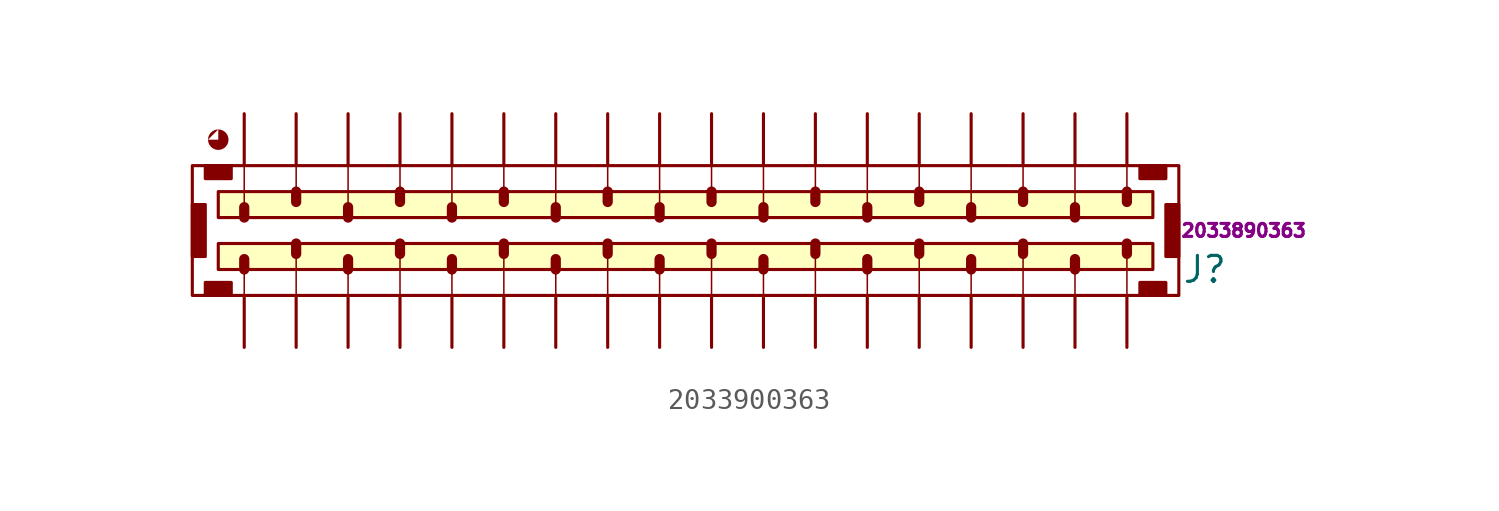
<source format=kicad_sym>
(kicad_symbol_lib
  (version 20220914)
  (generator kicad_symbol_editor)
  (symbol "2033900363"
    (pin_numbers hide)
    (pin_names hide)
    (property "Reference" "J"
      (at 46.99 -7.62 0)
      (effects (font (size 1.27 1.27))))
    (property "Mfr PN" "2033890363"
      (at 48.895 -5.715 0)
      (effects (font (size 0.635 0.635))))
    (symbol "2033900363_1_1"
      (rectangle (start -1.905 -8.255) (end -0.635 -8.89) (stroke (width 0) (type default)) (fill (type outline)))
      (rectangle (start -1.905 -4.445) (end -2.54 -6.985) (stroke (width 0) (type default)) (fill (type outline)))
      (rectangle (start -1.905 -2.54) (end -0.635 -3.175) (stroke (width 0) (type default)) (fill (type outline)))
      (rectangle (start -1.27 -5.08) (end 44.45 -3.81) (stroke (width 0) (type default)) (fill (type background)))
      (circle (center -1.27 -1.27) (radius 0.0001) (stroke (width 1) (type default)) (fill (type outline)))
      (polyline (pts (xy 0 -8.89) (xy 0 -7.62)) (stroke (width 0.075) (type default)) (fill (type none)))
      (polyline (pts (xy 0 -7.62) (xy 0 -7.112)) (stroke (width 0.5) (type default)) (fill (type none)))
      (polyline (pts (xy 0 -5.08) (xy 0 -4.572)) (stroke (width 0.5) (type default)) (fill (type none)))
      (polyline (pts (xy 0 -2.54) (xy 0 -4.445)) (stroke (width 0.075) (type default)) (fill (type none)))
      (polyline (pts (xy 2.54 -8.89) (xy 2.54 -6.985)) (stroke (width 0.075) (type default)) (fill (type none)))
      (polyline (pts (xy 2.54 -6.35) (xy 2.54 -6.858)) (stroke (width 0.5) (type default)) (fill (type none)))
      (polyline (pts (xy 2.54 -3.81) (xy 2.54 -4.318)) (stroke (width 0.5) (type default)) (fill (type none)))
      (polyline (pts (xy 2.54 -2.54) (xy 2.54 -3.81)) (stroke (width 0.075) (type default)) (fill (type none)))
      (polyline (pts (xy 5.08 -8.89) (xy 5.08 -7.62)) (stroke (width 0.075) (type default)) (fill (type none)))
      (polyline (pts (xy 5.08 -7.62) (xy 5.08 -7.112)) (stroke (width 0.5) (type default)) (fill (type none)))
      (polyline (pts (xy 5.08 -5.08) (xy 5.08 -4.572)) (stroke (width 0.5) (type default)) (fill (type none)))
      (polyline (pts (xy 5.08 -2.54) (xy 5.08 -4.445)) (stroke (width 0.075) (type default)) (fill (type none)))
      (polyline (pts (xy 7.62 -8.89) (xy 7.62 -6.985)) (stroke (width 0.075) (type default)) (fill (type none)))
      (polyline (pts (xy 7.62 -6.35) (xy 7.62 -6.858)) (stroke (width 0.5) (type default)) (fill (type none)))
      (polyline (pts (xy 7.62 -3.81) (xy 7.62 -4.318)) (stroke (width 0.5) (type default)) (fill (type none)))
      (polyline (pts (xy 7.62 -2.54) (xy 7.62 -3.81)) (stroke (width 0.075) (type default)) (fill (type none)))
      (polyline (pts (xy 10.16 -8.89) (xy 10.16 -7.62)) (stroke (width 0.075) (type default)) (fill (type none)))
      (polyline (pts (xy 10.16 -7.62) (xy 10.16 -7.112)) (stroke (width 0.5) (type default)) (fill (type none)))
      (polyline (pts (xy 10.16 -5.08) (xy 10.16 -4.572)) (stroke (width 0.5) (type default)) (fill (type none)))
      (polyline (pts (xy 10.16 -2.54) (xy 10.16 -4.445)) (stroke (width 0.075) (type default)) (fill (type none)))
      (polyline (pts (xy 12.7 -8.89) (xy 12.7 -6.985)) (stroke (width 0.075) (type default)) (fill (type none)))
      (polyline (pts (xy 12.7 -6.35) (xy 12.7 -6.858)) (stroke (width 0.5) (type default)) (fill (type none)))
      (polyline (pts (xy 12.7 -3.81) (xy 12.7 -4.318)) (stroke (width 0.5) (type default)) (fill (type none)))
      (polyline (pts (xy 12.7 -2.54) (xy 12.7 -3.81)) (stroke (width 0.075) (type default)) (fill (type none)))
      (polyline (pts (xy 15.24 -8.89) (xy 15.24 -7.62)) (stroke (width 0.075) (type default)) (fill (type none)))
      (polyline (pts (xy 15.24 -7.62) (xy 15.24 -7.112)) (stroke (width 0.5) (type default)) (fill (type none)))
      (polyline (pts (xy 15.24 -5.08) (xy 15.24 -4.572)) (stroke (width 0.5) (type default)) (fill (type none)))
      (polyline (pts (xy 15.24 -2.54) (xy 15.24 -4.445)) (stroke (width 0.075) (type default)) (fill (type none)))
      (polyline (pts (xy 17.78 -8.89) (xy 17.78 -6.985)) (stroke (width 0.075) (type default)) (fill (type none)))
      (polyline (pts (xy 17.78 -6.35) (xy 17.78 -6.858)) (stroke (width 0.5) (type default)) (fill (type none)))
      (polyline (pts (xy 17.78 -3.81) (xy 17.78 -4.318)) (stroke (width 0.5) (type default)) (fill (type none)))
      (polyline (pts (xy 17.78 -2.54) (xy 17.78 -3.81)) (stroke (width 0.075) (type default)) (fill (type none)))
      (polyline (pts (xy 20.32 -8.89) (xy 20.32 -7.62)) (stroke (width 0.075) (type default)) (fill (type none)))
      (polyline (pts (xy 20.32 -7.62) (xy 20.32 -7.112)) (stroke (width 0.5) (type default)) (fill (type none)))
      (polyline (pts (xy 20.32 -5.08) (xy 20.32 -4.572)) (stroke (width 0.5) (type default)) (fill (type none)))
      (polyline (pts (xy 20.32 -2.54) (xy 20.32 -4.445)) (stroke (width 0.075) (type default)) (fill (type none)))
      (polyline (pts (xy 22.86 -8.89) (xy 22.86 -6.985)) (stroke (width 0.075) (type default)) (fill (type none)))
      (polyline (pts (xy 22.86 -6.35) (xy 22.86 -6.858)) (stroke (width 0.5) (type default)) (fill (type none)))
      (polyline (pts (xy 22.86 -3.81) (xy 22.86 -4.318)) (stroke (width 0.5) (type default)) (fill (type none)))
      (polyline (pts (xy 22.86 -2.54) (xy 22.86 -3.81)) (stroke (width 0.075) (type default)) (fill (type none)))
      (polyline (pts (xy 25.4 -8.89) (xy 25.4 -7.62)) (stroke (width 0.075) (type default)) (fill (type none)))
      (polyline (pts (xy 25.4 -7.62) (xy 25.4 -7.112)) (stroke (width 0.5) (type default)) (fill (type none)))
      (polyline (pts (xy 25.4 -5.08) (xy 25.4 -4.572)) (stroke (width 0.5) (type default)) (fill (type none)))
      (polyline (pts (xy 25.4 -2.54) (xy 25.4 -4.445)) (stroke (width 0.075) (type default)) (fill (type none)))
      (polyline (pts (xy 27.94 -8.89) (xy 27.94 -6.985)) (stroke (width 0.075) (type default)) (fill (type none)))
      (polyline (pts (xy 27.94 -6.35) (xy 27.94 -6.858)) (stroke (width 0.5) (type default)) (fill (type none)))
      (polyline (pts (xy 27.94 -3.81) (xy 27.94 -4.318)) (stroke (width 0.5) (type default)) (fill (type none)))
      (polyline (pts (xy 27.94 -2.54) (xy 27.94 -3.81)) (stroke (width 0.075) (type default)) (fill (type none)))
      (polyline (pts (xy 30.48 -8.89) (xy 30.48 -7.62)) (stroke (width 0.075) (type default)) (fill (type none)))
      (polyline (pts (xy 30.48 -7.62) (xy 30.48 -7.112)) (stroke (width 0.5) (type default)) (fill (type none)))
      (polyline (pts (xy 30.48 -5.08) (xy 30.48 -4.572)) (stroke (width 0.5) (type default)) (fill (type none)))
      (polyline (pts (xy 30.48 -2.54) (xy 30.48 -4.445)) (stroke (width 0.075) (type default)) (fill (type none)))
      (polyline (pts (xy 33.02 -8.89) (xy 33.02 -6.985)) (stroke (width 0.075) (type default)) (fill (type none)))
      (polyline (pts (xy 33.02 -6.35) (xy 33.02 -6.858)) (stroke (width 0.5) (type default)) (fill (type none)))
      (polyline (pts (xy 33.02 -3.81) (xy 33.02 -4.318)) (stroke (width 0.5) (type default)) (fill (type none)))
      (polyline (pts (xy 33.02 -2.54) (xy 33.02 -3.81)) (stroke (width 0.075) (type default)) (fill (type none)))
      (polyline (pts (xy 35.56 -8.89) (xy 35.56 -7.62)) (stroke (width 0.075) (type default)) (fill (type none)))
      (polyline (pts (xy 35.56 -7.62) (xy 35.56 -7.112)) (stroke (width 0.5) (type default)) (fill (type none)))
      (polyline (pts (xy 35.56 -5.08) (xy 35.56 -4.572)) (stroke (width 0.5) (type default)) (fill (type none)))
      (polyline (pts (xy 35.56 -2.54) (xy 35.56 -4.445)) (stroke (width 0.075) (type default)) (fill (type none)))
      (polyline (pts (xy 38.1 -8.89) (xy 38.1 -6.985)) (stroke (width 0.075) (type default)) (fill (type none)))
      (polyline (pts (xy 38.1 -6.35) (xy 38.1 -6.858)) (stroke (width 0.5) (type default)) (fill (type none)))
      (polyline (pts (xy 38.1 -3.81) (xy 38.1 -4.318)) (stroke (width 0.5) (type default)) (fill (type none)))
      (polyline (pts (xy 38.1 -2.54) (xy 38.1 -3.81)) (stroke (width 0.075) (type default)) (fill (type none)))
      (polyline (pts (xy 40.64 -8.89) (xy 40.64 -7.62)) (stroke (width 0.075) (type default)) (fill (type none)))
      (polyline (pts (xy 40.64 -7.62) (xy 40.64 -7.112)) (stroke (width 0.5) (type default)) (fill (type none)))
      (polyline (pts (xy 40.64 -5.08) (xy 40.64 -4.572)) (stroke (width 0.5) (type default)) (fill (type none)))
      (polyline (pts (xy 40.64 -2.54) (xy 40.64 -4.445)) (stroke (width 0.075) (type default)) (fill (type none)))
      (polyline (pts (xy 43.18 -8.89) (xy 43.18 -6.985)) (stroke (width 0.075) (type default)) (fill (type none)))
      (polyline (pts (xy 43.18 -6.35) (xy 43.18 -6.858)) (stroke (width 0.5) (type default)) (fill (type none)))
      (polyline (pts (xy 43.18 -3.81) (xy 43.18 -4.318)) (stroke (width 0.5) (type default)) (fill (type none)))
      (polyline (pts (xy 43.18 -2.54) (xy 43.18 -3.81)) (stroke (width 0.075) (type default)) (fill (type none)))
      (rectangle (start 43.815 -8.255) (end 45.085 -8.89) (stroke (width 0) (type default)) (fill (type outline)))
      (rectangle (start 43.815 -2.54) (end 45.085 -3.175) (stroke (width 0) (type default)) (fill (type outline)))
      (rectangle (start 44.45 -6.35) (end -1.27 -7.62) (stroke (width 0) (type default)) (fill (type background)))
      (rectangle (start 45.72 -4.445) (end 45.085 -6.985) (stroke (width 0) (type default)) (fill (type outline)))
      (rectangle (start 45.72 -2.54) (end -2.54 -8.89) (stroke (width 0) (type default)) (fill (type none)))
      (pin passive line (at 0 0 270) (length 2.54) (name "1" (effects (font (size 1.27 1.27)))) (number "1" (effects (font (size 1.27 1.27)))))
      (pin passive line (at 22.86 0 270) (length 2.54) (name "10" (effects (font (size 1.27 1.27)))) (number "10" (effects (font (size 1.27 1.27)))))
      (pin passive line (at 25.4 0 270) (length 2.54) (name "11" (effects (font (size 1.27 1.27)))) (number "11" (effects (font (size 1.27 1.27)))))
      (pin passive line (at 27.94 0 270) (length 2.54) (name "12" (effects (font (size 1.27 1.27)))) (number "12" (effects (font (size 1.27 1.27)))))
      (pin passive line (at 30.48 0 270) (length 2.54) (name "13" (effects (font (size 1.27 1.27)))) (number "13" (effects (font (size 1.27 1.27)))))
      (pin passive line (at 33.02 0 270) (length 2.54) (name "14" (effects (font (size 1.27 1.27)))) (number "14" (effects (font (size 1.27 1.27)))))
      (pin passive line (at 35.56 0 270) (length 2.54) (name "15" (effects (font (size 1.27 1.27)))) (number "15" (effects (font (size 1.27 1.27)))))
      (pin passive line (at 38.1 0 270) (length 2.54) (name "16" (effects (font (size 1.27 1.27)))) (number "16" (effects (font (size 1.27 1.27)))))
      (pin passive line (at 40.64 0 270) (length 2.54) (name "17" (effects (font (size 1.27 1.27)))) (number "17" (effects (font (size 1.27 1.27)))))
      (pin passive line (at 43.18 0 270) (length 2.54) (name "18" (effects (font (size 1.27 1.27)))) (number "18" (effects (font (size 1.27 1.27)))))
      (pin passive line (at 0 -11.43 90) (length 2.54) (name "19" (effects (font (size 1.27 1.27)))) (number "19" (effects (font (size 1.27 1.27)))))
      (pin passive line (at 2.54 0 270) (length 2.54) (name "2" (effects (font (size 1.27 1.27)))) (number "2" (effects (font (size 1.27 1.27)))))
      (pin passive line (at 2.54 -11.43 90) (length 2.54) (name "20" (effects (font (size 1.27 1.27)))) (number "20" (effects (font (size 1.27 1.27)))))
      (pin passive line (at 5.08 -11.43 90) (length 2.54) (name "21" (effects (font (size 1.27 1.27)))) (number "21" (effects (font (size 1.27 1.27)))))
      (pin passive line (at 7.62 -11.43 90) (length 2.54) (name "22" (effects (font (size 1.27 1.27)))) (number "22" (effects (font (size 1.27 1.27)))))
      (pin passive line (at 10.16 -11.43 90) (length 2.54) (name "23" (effects (font (size 1.27 1.27)))) (number "23" (effects (font (size 1.27 1.27)))))
      (pin passive line (at 12.7 -11.43 90) (length 2.54) (name "24" (effects (font (size 1.27 1.27)))) (number "24" (effects (font (size 1.27 1.27)))))
      (pin passive line (at 15.24 -11.43 90) (length 2.54) (name "25" (effects (font (size 1.27 1.27)))) (number "25" (effects (font (size 1.27 1.27)))))
      (pin passive line (at 17.78 -11.43 90) (length 2.54) (name "26" (effects (font (size 1.27 1.27)))) (number "26" (effects (font (size 1.27 1.27)))))
      (pin passive line (at 20.32 -11.43 90) (length 2.54) (name "27" (effects (font (size 1.27 1.27)))) (number "27" (effects (font (size 1.27 1.27)))))
      (pin passive line (at 22.86 -11.43 90) (length 2.54) (name "28" (effects (font (size 1.27 1.27)))) (number "28" (effects (font (size 1.27 1.27)))))
      (pin passive line (at 25.4 -11.43 90) (length 2.54) (name "29" (effects (font (size 1.27 1.27)))) (number "29" (effects (font (size 1.27 1.27)))))
      (pin passive line (at 5.08 0 270) (length 2.54) (name "3" (effects (font (size 1.27 1.27)))) (number "3" (effects (font (size 1.27 1.27)))))
      (pin passive line (at 27.94 -11.43 90) (length 2.54) (name "30" (effects (font (size 1.27 1.27)))) (number "30" (effects (font (size 1.27 1.27)))))
      (pin passive line (at 30.48 -11.43 90) (length 2.54) (name "31" (effects (font (size 1.27 1.27)))) (number "31" (effects (font (size 1.27 1.27)))))
      (pin passive line (at 33.02 -11.43 90) (length 2.54) (name "32" (effects (font (size 1.27 1.27)))) (number "32" (effects (font (size 1.27 1.27)))))
      (pin passive line (at 35.56 -11.43 90) (length 2.54) (name "33" (effects (font (size 1.27 1.27)))) (number "33" (effects (font (size 1.27 1.27)))))
      (pin passive line (at 38.1 -11.43 90) (length 2.54) (name "34" (effects (font (size 1.27 1.27)))) (number "34" (effects (font (size 1.27 1.27)))))
      (pin passive line (at 40.64 -11.43 90) (length 2.54) (name "35" (effects (font (size 1.27 1.27)))) (number "35" (effects (font (size 1.27 1.27)))))
      (pin passive line (at 43.18 -11.43 90) (length 2.54) (name "36" (effects (font (size 1.27 1.27)))) (number "36" (effects (font (size 1.27 1.27)))))
      (pin passive line (at 7.62 0 270) (length 2.54) (name "4" (effects (font (size 1.27 1.27)))) (number "4" (effects (font (size 1.27 1.27)))))
      (pin passive line (at 10.16 0 270) (length 2.54) (name "5" (effects (font (size 1.27 1.27)))) (number "5" (effects (font (size 1.27 1.27)))))
      (pin passive line (at 12.7 0 270) (length 2.54) (name "6" (effects (font (size 1.27 1.27)))) (number "6" (effects (font (size 1.27 1.27)))))
      (pin passive line (at 15.24 0 270) (length 2.54) (name "7" (effects (font (size 1.27 1.27)))) (number "7" (effects (font (size 1.27 1.27)))))
      (pin passive line (at 17.78 0 270) (length 2.54) (name "8" (effects (font (size 1.27 1.27)))) (number "8" (effects (font (size 1.27 1.27)))))
      (pin passive line (at 20.32 0 270) (length 2.54) (name "9" (effects (font (size 1.27 1.27)))) (number "9" (effects (font (size 1.27 1.27))))))))
</source>
